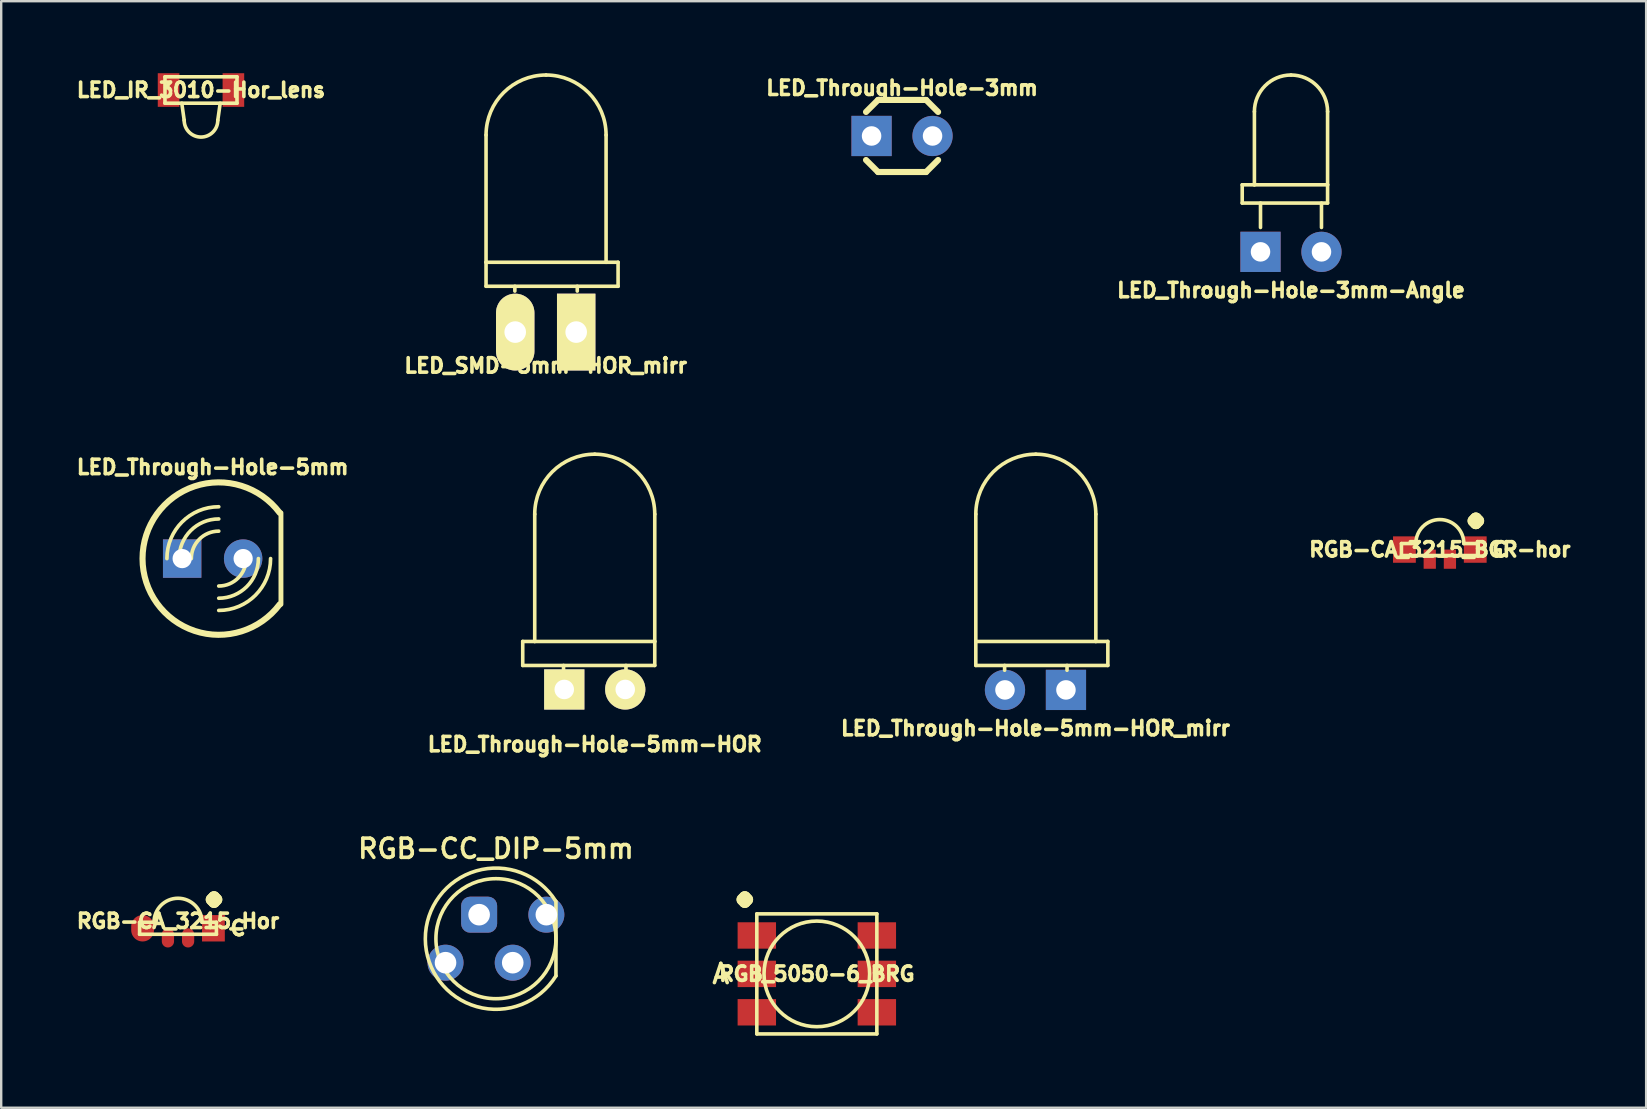
<source format=kicad_pcb>
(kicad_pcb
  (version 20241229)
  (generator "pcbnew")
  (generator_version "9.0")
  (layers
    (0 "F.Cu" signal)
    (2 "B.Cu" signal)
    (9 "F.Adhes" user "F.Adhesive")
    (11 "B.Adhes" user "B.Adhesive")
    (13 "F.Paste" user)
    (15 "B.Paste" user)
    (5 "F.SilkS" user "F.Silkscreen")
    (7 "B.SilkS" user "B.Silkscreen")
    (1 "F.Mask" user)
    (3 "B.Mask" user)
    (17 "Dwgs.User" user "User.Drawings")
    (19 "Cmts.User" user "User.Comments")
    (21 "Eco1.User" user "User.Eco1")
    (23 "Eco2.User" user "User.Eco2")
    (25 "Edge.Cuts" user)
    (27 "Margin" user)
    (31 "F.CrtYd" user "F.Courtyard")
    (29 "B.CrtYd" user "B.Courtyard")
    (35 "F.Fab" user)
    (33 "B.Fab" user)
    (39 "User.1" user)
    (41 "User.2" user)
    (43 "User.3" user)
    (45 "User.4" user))
  (footprint "LED_IR_3010-Hor_lens"
    (layer "F.Cu")
    (at 5.322 0.7)
    (property "Reference" "LED_IR_3010-Hor_lens" (at 0 0 180) (layer "F.SilkS") (effects (font (size 0.6 0.6) (thickness 0.15))))
    (attr smd)
    (fp_line (start -1.5 -0.55) (end -1.5 0.55) (stroke (width 0.15) (type solid)) (layer "F.SilkS"))
    (fp_line (start -1.5 -0.55) (end 1.5 -0.55) (stroke (width 0.15) (type solid)) (layer "F.SilkS"))
    (fp_line (start -0.7 1.26) (end -0.8 0.55) (stroke (width 0.15) (type solid)) (layer "F.SilkS"))
    (fp_line (start 0.7 1.26) (end 0.8 0.55) (stroke (width 0.15) (type solid)) (layer "F.SilkS"))
    (fp_line (start 1.5 -0.55) (end 1.5 0.55) (stroke (width 0.15) (type solid)) (layer "F.SilkS"))
    (fp_line (start 1.5 0.55) (end -1.5 0.55) (stroke (width 0.15) (type solid)) (layer "F.SilkS"))
    (fp_arc (start 0.7 1.26) (mid 0 1.96) (end -0.7 1.26) (stroke (width 0.15) (type solid)) (layer "F.SilkS"))
    (pad "A" smd rect (at -1.35 0) (size 0.9 1.4) (layers "F.Cu" "F.Mask" "F.Paste"))
    (pad "C" smd rect (at 1.35 0) (size 0.9 1.4) (layers "F.Cu" "F.Mask" "F.Paste")))
  (footprint "RGB-CA_3215_BGR-hor"
    (layer "F.Cu")
    (at 56.926 19.842)
    (property "Reference" "RGB-CA_3215_BGR-hor" (at 0 0 0) (layer "F.SilkS") (effects (font (size 0.6 0.6) (thickness 0.15))))
    (attr smd)
    (fp_line (start -1.6 0.25) (end -1.6 -0.25) (stroke (width 0.15) (type solid)) (layer "F.SilkS"))
    (fp_line (start -1 -0.25) (end -1.6 -0.25) (stroke (width 0.15) (type solid)) (layer "F.SilkS"))
    (fp_line (start 1 -0.25) (end 1.6 -0.25) (stroke (width 0.15) (type solid)) (layer "F.SilkS"))
    (fp_line (start 1.6 -0.25) (end 1.6 0.25) (stroke (width 0.15) (type solid)) (layer "F.SilkS"))
    (fp_line (start 1.6 0.25) (end -1.6 0.25) (stroke (width 0.15) (type solid)) (layer "F.SilkS"))
    (fp_arc (start -1 -0.25) (mid 0 -1.25) (end 1 -0.25) (stroke (width 0.15) (type solid)) (layer "F.SilkS"))
    (fp_text user "." (at 1.5 -2 0) (unlocked yes) (layer "F.SilkS") (effects (font (size 2 2) (thickness 0.5))))
    (fp_text user "C" (at 2.5 0 0) (layer "F.SilkS") (effects (font (size 0.6 0.6) (thickness 0.15))))
    (pad "BC" smd rect (at 0.42 0.4) (size 0.51 0.8) (layers "F.Cu" "F.Mask" "F.Paste"))
    (pad "CA" smd rect (at 1.475 0) (size 0.95 1.1) (layers "F.Cu" "F.Mask" "F.Paste"))
    (pad "GC" smd rect (at -0.42 0.4) (size 0.51 0.8) (layers "F.Cu" "F.Mask" "F.Paste"))
    (pad "RC" smd rect (at -1.475 0) (size 0.95 1.1) (layers "F.Cu" "F.Mask" "F.Paste")))
  (footprint "LED_Through-Hole-5mm-HOR_mirr"
    (layer "F.Cu")
    (at 40.082 25.688)
    (property "Reference" "LED_Through-Hole-5mm-HOR_mirr" (at 0 1.6 0) (layer "F.SilkS") (effects (font (size 0.6 0.6) (thickness 0.15))))
    (attr through_hole)
    (fp_line (start -2.485 -2.019) (end -2.485 -7.319) (stroke (width 0.15) (type solid)) (layer "F.SilkS"))
    (fp_line (start -2.485 -1.019) (end -2.485 -2.019) (stroke (width 0.15) (type solid)) (layer "F.SilkS"))
    (fp_line (start -1.285 -1.019) (end -1.285 -0.819) (stroke (width 0.15) (type solid)) (layer "F.SilkS"))
    (fp_line (start 1.315 -1.019) (end 1.315 -0.819) (stroke (width 0.15) (type solid)) (layer "F.SilkS"))
    (fp_line (start 2.515 -7.319) (end 2.515 -2.019) (stroke (width 0.15) (type solid)) (layer "F.SilkS"))
    (fp_line (start 2.515 -2.019) (end -2.485 -2.019) (stroke (width 0.15) (type solid)) (layer "F.SilkS"))
    (fp_line (start 2.515 -2.019) (end 3.015 -2.019) (stroke (width 0.15) (type solid)) (layer "F.SilkS"))
    (fp_line (start 3.015 -2.019) (end 3.015 -1.019) (stroke (width 0.15) (type solid)) (layer "F.SilkS"))
    (fp_line (start 3.015 -1.019) (end -2.485 -1.019) (stroke (width 0.15) (type solid)) (layer "F.SilkS"))
    (fp_arc (start -2.485 -7.319) (mid -1.752767 -9.086767) (end 0.015 -9.819) (stroke (width 0.15) (type solid)) (layer "F.SilkS"))
    (fp_arc (start 0.015 -9.819) (mid 1.782767 -9.086767) (end 2.515 -7.319) (stroke (width 0.15) (type solid)) (layer "F.SilkS"))
    (pad "A" thru_hole rect (at 1.27 0) (size 1.676 1.676) (drill 0.813) (layers "*.Cu" "*.Mask"))
    (pad "C" thru_hole circle (at -1.27 0) (size 1.676 1.676) (drill 0.813) (layers "*.Cu" "*.Mask")))
  (footprint "RGB-CC_DIP-5mm"
    (layer "F.Cu")
    (at 17.608 36.051)
    (property "Reference" "RGB-CC_DIP-5mm" (at 0 -3.75 0) (layer "F.SilkS") (effects (font (size 0.8 0.8) (thickness 0.15))))
    (attr through_hole)
    (fp_line (start 2.5 -1.55) (end 2.5 1.55) (stroke (width 0.15) (type solid)) (layer "F.SilkS"))
    (fp_arc (start 2.5 1.55) (mid -2.941495 0.010324) (end 2.489059 -1.56751) (stroke (width 0.15) (type solid)) (layer "F.SilkS"))
    (fp_circle (center 0 0) (end 2.5 0) (stroke (width 0.15) (type solid)) (fill no) (layer "F.SilkS"))
    (pad "BA" thru_hole circle (at -2.1 1) (size 1.5 1.5) (drill 0.9) (layers "*.Cu" "*.Mask"))
    (pad "CC" thru_hole roundrect (at -0.7 -1) (size 1.5 1.5) (drill 0.9) (layers "*.Cu" "*.Mask") (roundrect_rratio 0.25))
    (pad "GA" thru_hole circle (at 2.1 -1) (size 1.5 1.5) (drill 0.9) (layers "*.Cu" "*.Mask"))
    (pad "RA" thru_hole circle (at 0.7 1) (size 1.5 1.5) (drill 0.9) (layers "*.Cu" "*.Mask")))
  (footprint "RGB_5050-6_BRG"
    (layer "F.Cu")
    (at 30.975 37.517)
    (property "Reference" "RGB_5050-6_BRG" (at 0 0 0) (layer "F.SilkS") (effects (font (size 0.6 0.6) (thickness 0.15))))
    (attr smd)
    (fp_line (start -2.5 -2.5) (end 2.5 -2.5) (stroke (width 0.15) (type solid)) (layer "F.SilkS"))
    (fp_line (start -2.5 2.5) (end -2.5 -2.5) (stroke (width 0.15) (type solid)) (layer "F.SilkS"))
    (fp_line (start 2.5 -2.5) (end 2.5 2.5) (stroke (width 0.15) (type solid)) (layer "F.SilkS"))
    (fp_line (start 2.5 2.5) (end -2.5 2.5) (stroke (width 0.15) (type solid)) (layer "F.SilkS"))
    (fp_circle (center 0 0) (end 0 2.2) (stroke (width 0.15) (type solid)) (fill no) (layer "F.SilkS"))
    (fp_text user "." (at -3 -3.9 0) (unlocked yes) (layer "F.SilkS") (effects (font (size 2 2) (thickness 0.5))))
    (fp_text user "A" (at -4 0 0) (layer "F.SilkS") (effects (font (size 0.8 0.8) (thickness 0.15))))
    (pad "BA" smd rect (at -2.5 -1.6) (size 1.6 1.1) (layers "F.Cu" "F.Mask" "F.Paste"))
    (pad "BC" smd rect (at 2.5 -1.6) (size 1.6 1.1) (layers "F.Cu" "F.Mask" "F.Paste"))
    (pad "GA" smd rect (at -2.5 1.6) (size 1.6 1.1) (layers "F.Cu" "F.Mask" "F.Paste"))
    (pad "GC" smd rect (at 2.5 1.6) (size 1.6 1.1) (layers "F.Cu" "F.Mask" "F.Paste"))
    (pad "RA" smd rect (at -2.5 0) (size 1.6 1.1) (layers "F.Cu" "F.Mask" "F.Paste"))
    (pad "RC" smd rect (at 2.5 0) (size 1.6 1.1) (layers "F.Cu" "F.Mask" "F.Paste")))
  (footprint "RGB-CA_3215_Hor"
    (layer "F.Cu")
    (at 4.365 35.617)
    (property "Reference" "RGB-CA_3215_Hor" (at 0 -0.3 0) (layer "F.SilkS") (effects (font (size 0.6 0.6) (thickness 0.15))))
    (attr smd)
    (fp_line (start -1.6 0.25) (end -1.6 -0.25) (stroke (width 0.15) (type solid)) (layer "F.SilkS"))
    (fp_line (start -1 -0.25) (end -1.6 -0.25) (stroke (width 0.15) (type solid)) (layer "F.SilkS"))
    (fp_line (start 1 -0.25) (end 1.6 -0.25) (stroke (width 0.15) (type solid)) (layer "F.SilkS"))
    (fp_line (start 1.6 -0.25) (end 1.6 0.25) (stroke (width 0.15) (type solid)) (layer "F.SilkS"))
    (fp_line (start 1.6 0.25) (end -1.6 0.25) (stroke (width 0.15) (type solid)) (layer "F.SilkS"))
    (fp_arc (start -1 -0.25) (mid 0 -1.25) (end 1 -0.25) (stroke (width 0.15) (type solid)) (layer "F.SilkS"))
    (fp_text user "C" (at 2.5 0 0) (layer "F.SilkS") (effects (font (size 0.6 0.6) (thickness 0.15))))
    (fp_text user "." (at 1.5 -2 0) (unlocked yes) (layer "F.SilkS") (effects (font (size 2 2) (thickness 0.5))))
    (pad "BC" smd oval (at 0.42 0.4) (size 0.51 0.8) (layers "F.Cu" "F.Mask" "F.Paste"))
    (pad "CA" smd rect (at 1.475 0) (size 0.95 1.1) (layers "F.Cu" "F.Mask" "F.Paste"))
    (pad "GC" smd oval (at -0.42 0.4) (size 0.51 0.8) (layers "F.Cu" "F.Mask" "F.Paste"))
    (pad "RC" smd oval (at -1.475 0) (size 0.95 1.1) (layers "F.Cu" "F.Mask" "F.Paste")))
  (footprint "LED_Through-Hole-3mm-Angle"
    (layer "F.Cu")
    (at 50.726 7.441)
    (property "Reference" "LED_Through-Hole-3mm-Angle" (at 0 1.6 0) (layer "F.SilkS") (effects (font (size 0.6 0.6) (thickness 0.15))))
    (attr through_hole)
    (fp_line (start -2.032 -2.794) (end -1.524 -2.794) (stroke (width 0.15) (type solid)) (layer "F.SilkS"))
    (fp_line (start -2.032 -2.032) (end -2.032 -2.794) (stroke (width 0.15) (type solid)) (layer "F.SilkS"))
    (fp_line (start -1.524 -5.842) (end -1.524 -2.794) (stroke (width 0.15) (type solid)) (layer "F.SilkS"))
    (fp_line (start -1.524 -2.794) (end 1.524 -2.794) (stroke (width 0.15) (type solid)) (layer "F.SilkS"))
    (fp_line (start -1.27 -1.016) (end -1.27 -2.032) (stroke (width 0.15) (type solid)) (layer "F.SilkS"))
    (fp_line (start 1.27 -1.016) (end 1.27 -2.032) (stroke (width 0.15) (type solid)) (layer "F.SilkS"))
    (fp_line (start 1.524 -5.842) (end 1.524 -2.794) (stroke (width 0.15) (type solid)) (layer "F.SilkS"))
    (fp_line (start 1.524 -2.794) (end 1.524 -2.032) (stroke (width 0.15) (type solid)) (layer "F.SilkS"))
    (fp_line (start 1.524 -2.032) (end -2.032 -2.032) (stroke (width 0.15) (type solid)) (layer "F.SilkS"))
    (fp_arc (start -1.524 -5.842) (mid -1.077631 -6.919631) (end 0 -7.366) (stroke (width 0.15) (type solid)) (layer "F.SilkS"))
    (fp_arc (start 0 -7.366) (mid 1.077631 -6.919631) (end 1.524 -5.842) (stroke (width 0.15) (type solid)) (layer "F.SilkS"))
    (pad "A" thru_hole rect (at -1.27 0) (size 1.676 1.676) (drill 0.813) (layers "*.Cu" "*.Mask"))
    (pad "C" thru_hole circle (at 1.27 0) (size 1.676 1.676) (drill 0.813) (layers "*.Cu" "*.Mask")))
  (footprint "LED_Through-Hole-5mm"
    (layer "F.Cu")
    (at 5.808 20.218)
    (property "Reference" "LED_Through-Hole-5mm" (at 0 -3.81 0) (layer "F.SilkS") (effects (font (size 0.6 0.6) (thickness 0.15))))
    (attr through_hole)
    (fp_line (start 2.845 1.905) (end 2.845 -1.905) (stroke (width 0.203) (type solid)) (layer "F.SilkS"))
    (fp_arc (start -1.905 0) (mid -1.272644 -1.526644) (end 0.254 -2.159) (stroke (width 0.1524) (type solid)) (layer "F.SilkS"))
    (fp_arc (start -1.397 0) (mid -0.913433 -1.167433) (end 0.254 -1.651) (stroke (width 0.1524) (type solid)) (layer "F.SilkS"))
    (fp_arc (start -0.889 0) (mid -0.554223 -0.808223) (end 0.254 -1.143) (stroke (width 0.1524) (type solid)) (layer "F.SilkS"))
    (fp_arc (start 1.397 0) (mid 1.062223 0.808223) (end 0.254 1.143) (stroke (width 0.1524) (type solid)) (layer "F.SilkS"))
    (fp_arc (start 1.905 0) (mid 1.421433 1.167433) (end 0.254 1.651) (stroke (width 0.1524) (type solid)) (layer "F.SilkS"))
    (fp_arc (start 2.413 0) (mid 1.780644 1.526644) (end 0.254 2.159) (stroke (width 0.1524) (type solid)) (layer "F.SilkS"))
    (fp_arc (start 2.794 1.905) (mid -2.921 0.001668) (end 2.791997 -1.907668) (stroke (width 0.254) (type solid)) (layer "F.SilkS"))
    (pad "A" thru_hole rect (at -1.27 0) (size 1.6 1.6) (drill 0.8) (layers "*.Cu" "*.Mask"))
    (pad "C" thru_hole circle (at 1.27 0) (size 1.6 1.6) (drill 0.8) (layers "*.Cu" "*.Mask")))
  (footprint "LED_Through-Hole-3mm"
    (layer "F.Cu")
    (at 34.525 2.614)
    (property "Reference" "LED_Through-Hole-3mm" (at 0 -2 0) (layer "F.SilkS") (effects (font (size 0.6 0.6) (thickness 0.15))))
    (attr through_hole)
    (fp_line (start -1.501 1.001) (end -1.001 1.501) (stroke (width 0.254) (type solid)) (layer "F.SilkS"))
    (fp_line (start -1.001 -1.501) (end -1.501 -1.001) (stroke (width 0.254) (type solid)) (layer "F.SilkS"))
    (fp_line (start -1.001 1.501) (end 1.001 1.501) (stroke (width 0.254) (type solid)) (layer "F.SilkS"))
    (fp_line (start 1.001 -1.501) (end -1.001 -1.501) (stroke (width 0.254) (type solid)) (layer "F.SilkS"))
    (fp_line (start 1.001 1.501) (end 1.501 1.001) (stroke (width 0.254) (type solid)) (layer "F.SilkS"))
    (fp_line (start 1.501 -1.001) (end 1.001 -1.501) (stroke (width 0.254) (type solid)) (layer "F.SilkS"))
    (pad "A" thru_hole rect (at -1.27 0) (size 1.676 1.676) (drill 0.813) (layers "*.Cu" "*.Mask"))
    (pad "C" thru_hole circle (at 1.27 0) (size 1.676 1.676) (drill 0.813) (layers "*.Cu" "*.Mask")))
  (footprint "LED_Through-Hole-5mm-HOR"
    (layer "F.Cu")
    (at 21.724 25.669)
    (property "Reference" "LED_Through-Hole-5mm-HOR" (at 0 2.286 0) (layer "F.SilkS") (effects (font (size 0.6 0.6) (thickness 0.15))))
    (attr exclude_from_pos_files exclude_from_bom)
    (fp_line (start -3 -2) (end -3 -1) (stroke (width 0.15) (type solid)) (layer "F.SilkS"))
    (fp_line (start -3 -1) (end 2.5 -1) (stroke (width 0.15) (type solid)) (layer "F.SilkS"))
    (fp_line (start -2.5 -7.3) (end -2.5 -2) (stroke (width 0.15) (type solid)) (layer "F.SilkS"))
    (fp_line (start -2.5 -2) (end -3 -2) (stroke (width 0.15) (type solid)) (layer "F.SilkS"))
    (fp_line (start -2.5 -2) (end 2.5 -2) (stroke (width 0.15) (type solid)) (layer "F.SilkS"))
    (fp_line (start -1.3 -1) (end -1.3 -0.8) (stroke (width 0.15) (type solid)) (layer "F.SilkS"))
    (fp_line (start 1.3 -1) (end 1.3 -0.8) (stroke (width 0.15) (type solid)) (layer "F.SilkS"))
    (fp_line (start 2.5 -2) (end 2.5 -7.3) (stroke (width 0.15) (type solid)) (layer "F.SilkS"))
    (fp_line (start 2.5 -1) (end 2.5 -2) (stroke (width 0.15) (type solid)) (layer "F.SilkS"))
    (fp_arc (start -2.5 -7.3) (mid -1.767767 -9.067767) (end 0 -9.8) (stroke (width 0.15) (type solid)) (layer "F.SilkS"))
    (fp_arc (start 0 -9.8) (mid 1.767767 -9.067767) (end 2.5 -7.3) (stroke (width 0.15) (type solid)) (layer "F.SilkS"))
    (pad "A" thru_hole rect (at -1.27 0) (size 1.676 1.676) (drill 0.813) (layers "*.Cu" "*.Mask" "F.SilkS"))
    (pad "C" thru_hole circle (at 1.27 0) (size 1.676 1.676) (drill 0.813) (layers "*.Cu" "*.Mask" "F.SilkS")))
  (footprint "LED_SMD-5mm-HOR_mirr"
    (layer "F.Cu")
    (at 19.681 9.894)
    (property "Reference" "LED_SMD-5mm-HOR_mirr" (at 0 2.286 0) (layer "F.SilkS") (effects (font (size 0.6 0.6) (thickness 0.15))))
    (attr exclude_from_pos_files exclude_from_bom)
    (fp_line (start -2.485 -2.019) (end -2.485 -7.319) (stroke (width 0.15) (type solid)) (layer "F.SilkS"))
    (fp_line (start -2.485 -1.019) (end -2.485 -2.019) (stroke (width 0.15) (type solid)) (layer "F.SilkS"))
    (fp_line (start -1.285 -1.019) (end -1.285 -0.819) (stroke (width 0.15) (type solid)) (layer "F.SilkS"))
    (fp_line (start 1.315 -1.019) (end 1.315 -0.819) (stroke (width 0.15) (type solid)) (layer "F.SilkS"))
    (fp_line (start 2.515 -7.319) (end 2.515 -2.019) (stroke (width 0.15) (type solid)) (layer "F.SilkS"))
    (fp_line (start 2.515 -2.019) (end -2.485 -2.019) (stroke (width 0.15) (type solid)) (layer "F.SilkS"))
    (fp_line (start 2.515 -2.019) (end 3.015 -2.019) (stroke (width 0.15) (type solid)) (layer "F.SilkS"))
    (fp_line (start 3.015 -2.019) (end 3.015 -1.019) (stroke (width 0.15) (type solid)) (layer "F.SilkS"))
    (fp_line (start 3.015 -1.019) (end -2.485 -1.019) (stroke (width 0.15) (type solid)) (layer "F.SilkS"))
    (fp_arc (start -2.485 -7.319) (mid -1.752767 -9.086767) (end 0.015 -9.819) (stroke (width 0.15) (type solid)) (layer "F.SilkS"))
    (fp_arc (start 0.015 -9.819) (mid 1.782767 -9.086767) (end 2.515 -7.319) (stroke (width 0.15) (type solid)) (layer "F.SilkS"))
    (pad "A" thru_hole rect (at 1.27 0.889) (size 1.6 3.2) (drill 0.9) (layers "*.Cu" "*.Mask" "F.SilkS"))
    (pad "C" thru_hole oval (at -1.27 0.889) (size 1.6 3.2) (drill 0.9) (layers "*.Cu" "*.Mask" "F.SilkS")))
  (gr_rect
    (start -3 -3)
    (end 65.52 43.092)
    (stroke (width 0.1) (type default))
    (fill no)
    (layer "Edge.Cuts")))
</source>
